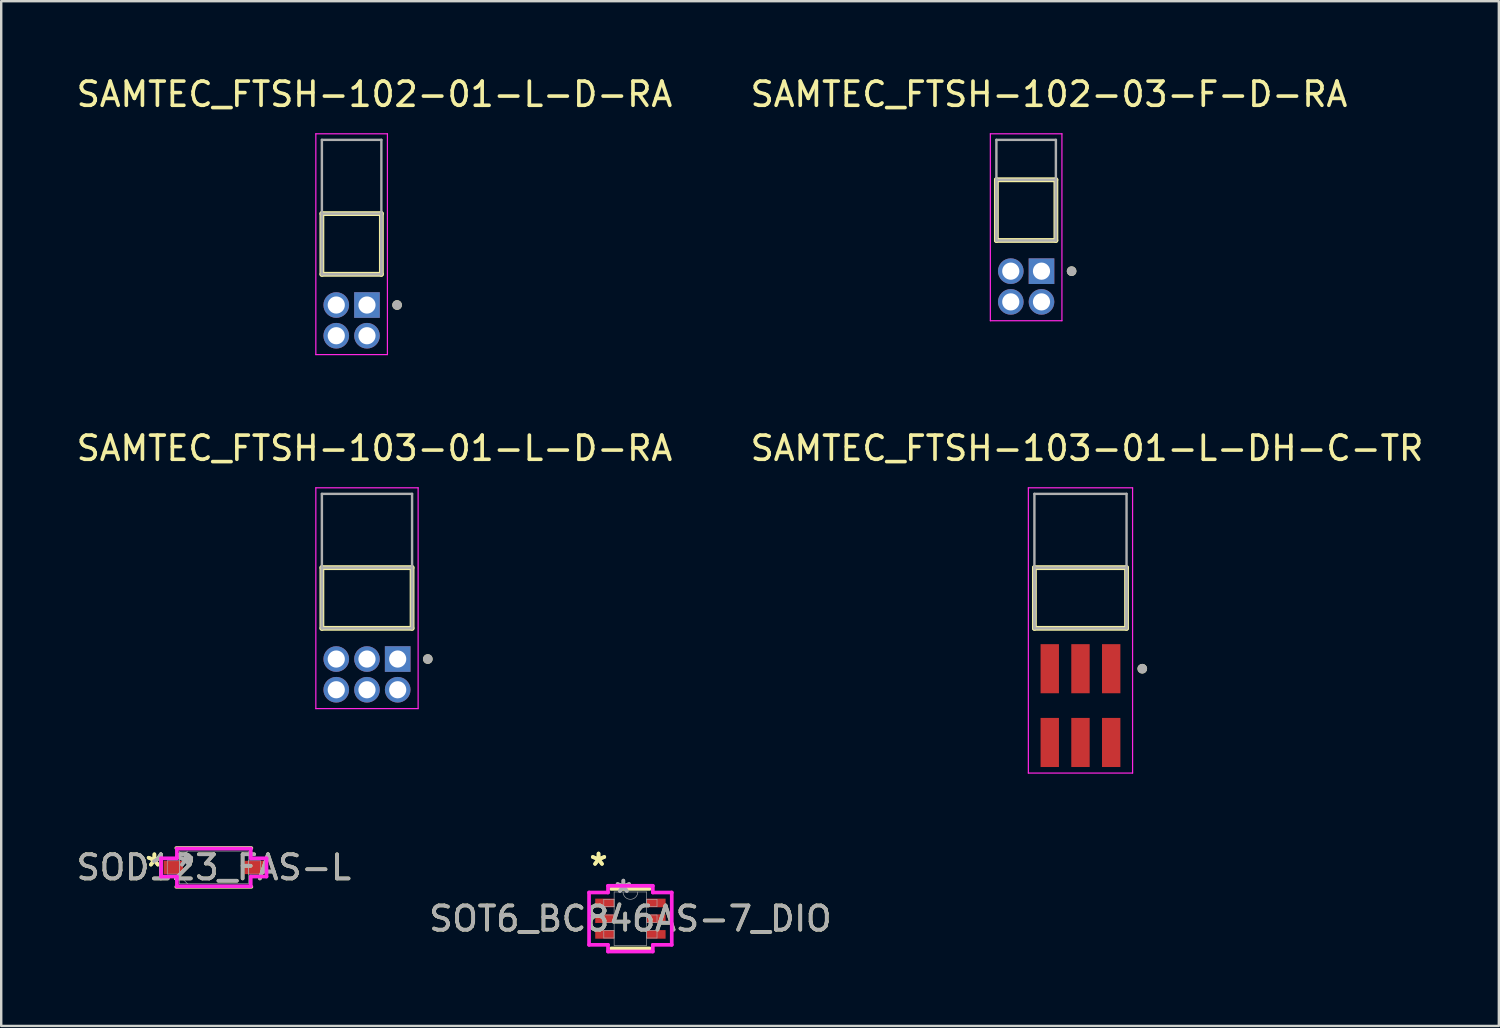
<source format=kicad_pcb>
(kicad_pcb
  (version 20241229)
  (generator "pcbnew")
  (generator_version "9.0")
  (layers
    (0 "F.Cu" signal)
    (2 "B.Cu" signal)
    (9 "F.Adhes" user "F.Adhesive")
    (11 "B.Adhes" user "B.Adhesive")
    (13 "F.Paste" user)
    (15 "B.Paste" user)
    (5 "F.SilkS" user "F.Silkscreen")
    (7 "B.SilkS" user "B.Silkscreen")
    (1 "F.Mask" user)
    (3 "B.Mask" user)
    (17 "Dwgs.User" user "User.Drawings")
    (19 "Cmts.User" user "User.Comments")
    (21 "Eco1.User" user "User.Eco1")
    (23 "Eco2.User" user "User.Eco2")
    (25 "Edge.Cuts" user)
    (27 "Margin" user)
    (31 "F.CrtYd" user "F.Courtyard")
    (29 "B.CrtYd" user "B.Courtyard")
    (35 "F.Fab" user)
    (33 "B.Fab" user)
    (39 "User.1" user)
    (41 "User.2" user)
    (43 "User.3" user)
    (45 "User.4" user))
  (footprint "SAMTEC_FTSH-103-01-L-DH-C-TR"
    (layer "F.Cu")
    (at 41.629 20.422)
    (property "Reference" "SAMTEC_FTSH-103-01-L-DH-C-TR" (at 0.27 -4.935 0) (layer "F.SilkS") (effects (font (size 1 1) (thickness 0.15))))
    (attr smd)
    (fp_line (start -1.905 2.51) (end -1.905 0) (stroke (width 0.2) (type solid)) (layer "F.SilkS"))
    (fp_line (start 1.905 0) (end -1.905 0) (stroke (width 0.2) (type solid)) (layer "F.SilkS"))
    (fp_line (start 1.905 0) (end 1.905 2.51) (stroke (width 0.2) (type solid)) (layer "F.SilkS"))
    (fp_line (start 1.905 2.51) (end -1.905 2.51) (stroke (width 0.2) (type solid)) (layer "F.SilkS"))
    (fp_circle (center 2.555 4.18) (end 2.655 4.18) (stroke (width 0.2) (type solid)) (fill no) (layer "F.SilkS"))
    (fp_line (start -2.155 -3.3) (end 2.155 -3.3) (stroke (width 0.05) (type solid)) (layer "F.CrtYd"))
    (fp_line (start -2.155 8.495) (end -2.155 -3.3) (stroke (width 0.05) (type solid)) (layer "F.CrtYd"))
    (fp_line (start 2.155 -3.3) (end 2.155 8.495) (stroke (width 0.05) (type solid)) (layer "F.CrtYd"))
    (fp_line (start 2.155 8.495) (end -2.155 8.495) (stroke (width 0.05) (type solid)) (layer "F.CrtYd"))
    (fp_line (start -1.905 -3.05) (end 1.905 -3.05) (stroke (width 0.1) (type solid)) (layer "F.Fab"))
    (fp_line (start -1.905 0) (end 1.905 0) (stroke (width 0.1) (type solid)) (layer "F.Fab"))
    (fp_line (start -1.905 2.51) (end -1.905 -3.05) (stroke (width 0.1) (type solid)) (layer "F.Fab"))
    (fp_line (start -1.905 2.51) (end -1.905 0) (stroke (width 0.1) (type solid)) (layer "F.Fab"))
    (fp_line (start 1.905 -3.05) (end 1.905 2.51) (stroke (width 0.1) (type solid)) (layer "F.Fab"))
    (fp_line (start 1.905 0) (end 1.905 2.51) (stroke (width 0.1) (type solid)) (layer "F.Fab"))
    (fp_line (start 1.905 2.51) (end -1.905 2.51) (stroke (width 0.1) (type solid)) (layer "F.Fab"))
    (fp_circle (center 2.555 4.18) (end 2.655 4.18) (stroke (width 0.2) (type solid)) (fill no) (layer "F.Fab"))
    (pad "01" smd rect (at 1.27 4.18) (size 0.76 2.03) (layers "F.Cu" "F.Mask" "F.Paste"))
    (pad "02" smd rect (at 1.27 7.23) (size 0.76 2.03) (layers "F.Cu" "F.Mask" "F.Paste"))
    (pad "03" smd rect (at 0 4.18) (size 0.76 2.03) (layers "F.Cu" "F.Mask" "F.Paste"))
    (pad "04" smd rect (at 0 7.23) (size 0.76 2.03) (layers "F.Cu" "F.Mask" "F.Paste"))
    (pad "05" smd rect (at -1.27 4.18) (size 0.76 2.03) (layers "F.Cu" "F.Mask" "F.Paste"))
    (pad "06" smd rect (at -1.27 7.23) (size 0.76 2.03) (layers "F.Cu" "F.Mask" "F.Paste")))
  (footprint "SAMTEC_FTSH-102-03-F-D-RA"
    (layer "F.Cu")
    (at 40.017 8.163)
    (property "Reference" "SAMTEC_FTSH-102-03-F-D-RA" (at 0.31 -7.315 0) (layer "F.SilkS") (effects (font (size 1 1) (thickness 0.15))))
    (attr through_hole)
    (fp_line (start -1.865 -1.27) (end -1.865 -3.78) (stroke (width 0.2) (type solid)) (layer "F.SilkS"))
    (fp_line (start 0.595 -3.78) (end -1.865 -3.78) (stroke (width 0.2) (type solid)) (layer "F.SilkS"))
    (fp_line (start 0.595 -3.78) (end 0.595 -1.27) (stroke (width 0.2) (type solid)) (layer "F.SilkS"))
    (fp_line (start 0.595 -1.27) (end -1.865 -1.27) (stroke (width 0.2) (type solid)) (layer "F.SilkS"))
    (fp_circle (center 1.245 0) (end 1.345 0) (stroke (width 0.2) (type solid)) (fill no) (layer "F.SilkS"))
    (fp_line (start -2.115 -5.68) (end 0.845 -5.68) (stroke (width 0.05) (type solid)) (layer "F.CrtYd"))
    (fp_line (start -2.115 2.05) (end -2.115 -5.68) (stroke (width 0.05) (type solid)) (layer "F.CrtYd"))
    (fp_line (start 0.845 -5.68) (end 0.845 2.05) (stroke (width 0.05) (type solid)) (layer "F.CrtYd"))
    (fp_line (start 0.845 2.05) (end -2.115 2.05) (stroke (width 0.05) (type solid)) (layer "F.CrtYd"))
    (fp_line (start -1.865 -5.43) (end 0.595 -5.43) (stroke (width 0.1) (type solid)) (layer "F.Fab"))
    (fp_line (start -1.865 -3.78) (end 0.595 -3.78) (stroke (width 0.1) (type solid)) (layer "F.Fab"))
    (fp_line (start -1.865 -1.27) (end -1.865 -5.43) (stroke (width 0.1) (type solid)) (layer "F.Fab"))
    (fp_line (start -1.865 -1.27) (end -1.865 -3.78) (stroke (width 0.1) (type solid)) (layer "F.Fab"))
    (fp_line (start 0.595 -5.43) (end 0.595 -1.27) (stroke (width 0.1) (type solid)) (layer "F.Fab"))
    (fp_line (start 0.595 -3.78) (end 0.595 -1.27) (stroke (width 0.1) (type solid)) (layer "F.Fab"))
    (fp_line (start 0.595 -1.27) (end -1.865 -1.27) (stroke (width 0.1) (type solid)) (layer "F.Fab"))
    (fp_circle (center 1.245 0) (end 1.345 0) (stroke (width 0.2) (type solid)) (fill no) (layer "F.Fab"))
    (pad "01" thru_hole rect (at 0 0) (size 1.06 1.06) (drill 0.71) (layers "*.Cu" "*.Mask"))
    (pad "02" thru_hole circle (at 0 1.27) (size 1.06 1.06) (drill 0.71) (layers "*.Cu" "*.Mask"))
    (pad "03" thru_hole circle (at -1.27 0) (size 1.06 1.06) (drill 0.71) (layers "*.Cu" "*.Mask"))
    (pad "04" thru_hole circle (at -1.27 1.27) (size 1.06 1.06) (drill 0.71) (layers "*.Cu" "*.Mask")))
  (footprint "SAMTEC_FTSH-103-01-L-D-RA"
    (layer "F.Cu")
    (at 12.125 20.422)
    (property "Reference" "SAMTEC_FTSH-103-01-L-D-RA" (at 0.31 -4.935 0) (layer "F.SilkS") (effects (font (size 1 1) (thickness 0.15))))
    (attr through_hole)
    (fp_line (start -1.865 2.51) (end -1.865 0) (stroke (width 0.2) (type solid)) (layer "F.SilkS"))
    (fp_line (start 1.865 0) (end -1.865 0) (stroke (width 0.2) (type solid)) (layer "F.SilkS"))
    (fp_line (start 1.865 0) (end 1.865 2.51) (stroke (width 0.2) (type solid)) (layer "F.SilkS"))
    (fp_line (start 1.865 2.51) (end -1.865 2.51) (stroke (width 0.2) (type solid)) (layer "F.SilkS"))
    (fp_circle (center 2.515 3.78) (end 2.615 3.78) (stroke (width 0.2) (type solid)) (fill no) (layer "F.SilkS"))
    (fp_line (start -2.115 -3.3) (end 2.115 -3.3) (stroke (width 0.05) (type solid)) (layer "F.CrtYd"))
    (fp_line (start -2.115 5.83) (end -2.115 -3.3) (stroke (width 0.05) (type solid)) (layer "F.CrtYd"))
    (fp_line (start 2.115 -3.3) (end 2.115 5.83) (stroke (width 0.05) (type solid)) (layer "F.CrtYd"))
    (fp_line (start 2.115 5.83) (end -2.115 5.83) (stroke (width 0.05) (type solid)) (layer "F.CrtYd"))
    (fp_line (start -1.865 -3.05) (end 1.865 -3.05) (stroke (width 0.1) (type solid)) (layer "F.Fab"))
    (fp_line (start -1.865 0) (end 1.865 0) (stroke (width 0.1) (type solid)) (layer "F.Fab"))
    (fp_line (start -1.865 2.51) (end -1.865 -3.05) (stroke (width 0.1) (type solid)) (layer "F.Fab"))
    (fp_line (start -1.865 2.51) (end -1.865 0) (stroke (width 0.1) (type solid)) (layer "F.Fab"))
    (fp_line (start 1.865 -3.05) (end 1.865 2.51) (stroke (width 0.1) (type solid)) (layer "F.Fab"))
    (fp_line (start 1.865 0) (end 1.865 2.51) (stroke (width 0.1) (type solid)) (layer "F.Fab"))
    (fp_line (start 1.865 2.51) (end -1.865 2.51) (stroke (width 0.1) (type solid)) (layer "F.Fab"))
    (fp_circle (center 2.515 3.78) (end 2.615 3.78) (stroke (width 0.2) (type solid)) (fill no) (layer "F.Fab"))
    (pad "01" thru_hole rect (at 1.27 3.78) (size 1.06 1.06) (drill 0.71) (layers "*.Cu" "*.Mask"))
    (pad "02" thru_hole circle (at 1.27 5.05) (size 1.06 1.06) (drill 0.71) (layers "*.Cu" "*.Mask"))
    (pad "03" thru_hole circle (at 0 3.78) (size 1.06 1.06) (drill 0.71) (layers "*.Cu" "*.Mask"))
    (pad "04" thru_hole circle (at 0 5.05) (size 1.06 1.06) (drill 0.71) (layers "*.Cu" "*.Mask"))
    (pad "05" thru_hole circle (at -1.27 3.78) (size 1.06 1.06) (drill 0.71) (layers "*.Cu" "*.Mask"))
    (pad "06" thru_hole circle (at -1.27 5.05) (size 1.06 1.06) (drill 0.71) (layers "*.Cu" "*.Mask")))
  (footprint "SOD123_FAS-L"
    (layer "F.Cu")
    (at 5.792 32.82)
    (property "Reference" "SOD123_FAS-L" (at 0 0 0) (unlocked yes) (layer "F.SilkS") (effects (font (size 1 1) (thickness 0.15))))
    (attr smd)
    (fp_line (start -1.552 0.802) (end 1.552 0.802) (stroke (width 0.152) (type solid)) (layer "F.SilkS"))
    (fp_line (start 1.552 -0.802) (end -1.552 -0.802) (stroke (width 0.152) (type solid)) (layer "F.SilkS"))
    (fp_line (start -2.179 -0.377) (end -1.527 -0.377) (stroke (width 0.152) (type solid)) (layer "F.CrtYd"))
    (fp_line (start -2.179 0.377) (end -2.179 -0.377) (stroke (width 0.152) (type solid)) (layer "F.CrtYd"))
    (fp_line (start -1.527 -0.777) (end 1.527 -0.777) (stroke (width 0.152) (type solid)) (layer "F.CrtYd"))
    (fp_line (start -1.527 -0.377) (end -1.527 -0.777) (stroke (width 0.152) (type solid)) (layer "F.CrtYd"))
    (fp_line (start -1.527 0.377) (end -2.179 0.377) (stroke (width 0.152) (type solid)) (layer "F.CrtYd"))
    (fp_line (start -1.527 0.777) (end -1.527 0.377) (stroke (width 0.152) (type solid)) (layer "F.CrtYd"))
    (fp_line (start 1.527 -0.777) (end 1.527 -0.377) (stroke (width 0.152) (type solid)) (layer "F.CrtYd"))
    (fp_line (start 1.527 -0.377) (end 2.179 -0.377) (stroke (width 0.152) (type solid)) (layer "F.CrtYd"))
    (fp_line (start 1.527 0.377) (end 1.527 0.777) (stroke (width 0.152) (type solid)) (layer "F.CrtYd"))
    (fp_line (start 1.527 0.777) (end -1.527 0.777) (stroke (width 0.152) (type solid)) (layer "F.CrtYd"))
    (fp_line (start 2.179 -0.377) (end 2.179 0.377) (stroke (width 0.152) (type solid)) (layer "F.CrtYd"))
    (fp_line (start 2.179 0.377) (end 1.527 0.377) (stroke (width 0.152) (type solid)) (layer "F.CrtYd"))
    (fp_line (start -1.925 -0.275) (end -1.925 0.275) (stroke (width 0.025) (type solid)) (layer "F.Fab"))
    (fp_line (start -1.925 0.275) (end -1.425 0.275) (stroke (width 0.025) (type solid)) (layer "F.Fab"))
    (fp_line (start -1.425 -0.675) (end -1.425 0.675) (stroke (width 0.025) (type solid)) (layer "F.Fab"))
    (fp_line (start -1.425 -0.338) (end -1.087 -0.675) (stroke (width 0.025) (type solid)) (layer "F.Fab"))
    (fp_line (start -1.425 -0.275) (end -1.925 -0.275) (stroke (width 0.025) (type solid)) (layer "F.Fab"))
    (fp_line (start -1.425 0.275) (end -1.425 -0.275) (stroke (width 0.025) (type solid)) (layer "F.Fab"))
    (fp_line (start -1.425 0.338) (end -1.087 0.675) (stroke (width 0.025) (type solid)) (layer "F.Fab"))
    (fp_line (start -1.425 0.675) (end 1.425 0.675) (stroke (width 0.025) (type solid)) (layer "F.Fab"))
    (fp_line (start 1.425 -0.675) (end -1.425 -0.675) (stroke (width 0.025) (type solid)) (layer "F.Fab"))
    (fp_line (start 1.425 -0.275) (end 1.425 0.275) (stroke (width 0.025) (type solid)) (layer "F.Fab"))
    (fp_line (start 1.425 0.275) (end 1.925 0.275) (stroke (width 0.025) (type solid)) (layer "F.Fab"))
    (fp_line (start 1.425 0.675) (end 1.425 -0.675) (stroke (width 0.025) (type solid)) (layer "F.Fab"))
    (fp_line (start 1.925 -0.275) (end 1.425 -0.275) (stroke (width 0.025) (type solid)) (layer "F.Fab"))
    (fp_line (start 1.925 0.275) (end 1.925 -0.275) (stroke (width 0.025) (type solid)) (layer "F.Fab"))
    (fp_text user "*" (at -2.458 0 0) (unlocked yes) (layer "F.SilkS") (effects (font (size 1 1) (thickness 0.15))))
    (fp_text user "*" (at -2.458 0 0) (layer "F.SilkS") (effects (font (size 1 1) (thickness 0.15))))
    (fp_text user "${REFERENCE}" (at 0 0 0) (unlocked yes) (layer "F.Fab") (effects (font (size 1 1) (thickness 0.15))))
    (fp_text user "*" (at -1.171 0 0) (layer "F.Fab") (effects (font (size 1 1) (thickness 0.15))))
    (fp_text user "*" (at -1.171 0 0) (unlocked yes) (layer "F.Fab") (effects (font (size 1 1) (thickness 0.15))))
    (pad "1" smd rect (at -1.674 0) (size 0.806 0.55) (layers "F.Cu" "F.Mask" "F.Paste"))
    (pad "2" smd rect (at 1.674 0) (size 0.806 0.55) (layers "F.Cu" "F.Mask" "F.Paste")))
  (footprint "SAMTEC_FTSH-102-01-L-D-RA"
    (layer "F.Cu")
    (at 12.125 9.563)
    (property "Reference" "SAMTEC_FTSH-102-01-L-D-RA" (at 0.31 -8.715 0) (layer "F.SilkS") (effects (font (size 1 1) (thickness 0.15))))
    (attr through_hole)
    (fp_line (start -1.865 -1.27) (end -1.865 -3.78) (stroke (width 0.2) (type solid)) (layer "F.SilkS"))
    (fp_line (start 0.595 -3.78) (end -1.865 -3.78) (stroke (width 0.2) (type solid)) (layer "F.SilkS"))
    (fp_line (start 0.595 -3.78) (end 0.595 -1.27) (stroke (width 0.2) (type solid)) (layer "F.SilkS"))
    (fp_line (start 0.595 -1.27) (end -1.865 -1.27) (stroke (width 0.2) (type solid)) (layer "F.SilkS"))
    (fp_circle (center 1.245 0) (end 1.345 0) (stroke (width 0.2) (type solid)) (fill no) (layer "F.SilkS"))
    (fp_line (start -2.115 -7.08) (end 0.845 -7.08) (stroke (width 0.05) (type solid)) (layer "F.CrtYd"))
    (fp_line (start -2.115 2.05) (end -2.115 -7.08) (stroke (width 0.05) (type solid)) (layer "F.CrtYd"))
    (fp_line (start 0.845 -7.08) (end 0.845 2.05) (stroke (width 0.05) (type solid)) (layer "F.CrtYd"))
    (fp_line (start 0.845 2.05) (end -2.115 2.05) (stroke (width 0.05) (type solid)) (layer "F.CrtYd"))
    (fp_line (start -1.865 -6.83) (end 0.595 -6.83) (stroke (width 0.1) (type solid)) (layer "F.Fab"))
    (fp_line (start -1.865 -3.78) (end 0.595 -3.78) (stroke (width 0.1) (type solid)) (layer "F.Fab"))
    (fp_line (start -1.865 -1.27) (end -1.865 -6.83) (stroke (width 0.1) (type solid)) (layer "F.Fab"))
    (fp_line (start -1.865 -1.27) (end -1.865 -3.78) (stroke (width 0.1) (type solid)) (layer "F.Fab"))
    (fp_line (start 0.595 -6.83) (end 0.595 -1.27) (stroke (width 0.1) (type solid)) (layer "F.Fab"))
    (fp_line (start 0.595 -3.78) (end 0.595 -1.27) (stroke (width 0.1) (type solid)) (layer "F.Fab"))
    (fp_line (start 0.595 -1.27) (end -1.865 -1.27) (stroke (width 0.1) (type solid)) (layer "F.Fab"))
    (fp_circle (center 1.245 0) (end 1.345 0) (stroke (width 0.2) (type solid)) (fill no) (layer "F.Fab"))
    (pad "01" thru_hole rect (at 0 0) (size 1.06 1.06) (drill 0.71) (layers "*.Cu" "*.Mask"))
    (pad "02" thru_hole circle (at 0 1.27) (size 1.06 1.06) (drill 0.71) (layers "*.Cu" "*.Mask"))
    (pad "03" thru_hole circle (at -1.27 0) (size 1.06 1.06) (drill 0.71) (layers "*.Cu" "*.Mask"))
    (pad "04" thru_hole circle (at -1.27 1.27) (size 1.06 1.06) (drill 0.71) (layers "*.Cu" "*.Mask")))
  (footprint "SOT6_BC846AS-7_DIO"
    (layer "F.Cu")
    (at 23.018 34.938)
    (property "Reference" "SOT6_BC846AS-7_DIO" (at 0 0 0) (unlocked yes) (layer "F.SilkS") (effects (font (size 1 1) (thickness 0.15))))
    (attr smd)
    (fp_line (start -0.8 1.232) (end 0.8 1.232) (stroke (width 0.152) (type solid)) (layer "F.SilkS"))
    (fp_line (start 0.8 -1.232) (end -0.8 -1.232) (stroke (width 0.152) (type solid)) (layer "F.SilkS"))
    (fp_line (start -1.71 -1.082) (end -0.927 -1.082) (stroke (width 0.152) (type solid)) (layer "F.CrtYd"))
    (fp_line (start -1.71 1.082) (end -1.71 -1.082) (stroke (width 0.152) (type solid)) (layer "F.CrtYd"))
    (fp_line (start -1.71 1.082) (end -0.927 1.082) (stroke (width 0.152) (type solid)) (layer "F.CrtYd"))
    (fp_line (start -0.927 -1.359) (end 0.927 -1.359) (stroke (width 0.152) (type solid)) (layer "F.CrtYd"))
    (fp_line (start -0.927 -1.082) (end -0.927 -1.359) (stroke (width 0.152) (type solid)) (layer "F.CrtYd"))
    (fp_line (start -0.927 1.359) (end -0.927 1.082) (stroke (width 0.152) (type solid)) (layer "F.CrtYd"))
    (fp_line (start 0.927 -1.359) (end 0.927 -1.082) (stroke (width 0.152) (type solid)) (layer "F.CrtYd"))
    (fp_line (start 0.927 1.082) (end 0.927 1.359) (stroke (width 0.152) (type solid)) (layer "F.CrtYd"))
    (fp_line (start 0.927 1.359) (end -0.927 1.359) (stroke (width 0.152) (type solid)) (layer "F.CrtYd"))
    (fp_line (start 1.71 -1.082) (end 0.927 -1.082) (stroke (width 0.152) (type solid)) (layer "F.CrtYd"))
    (fp_line (start 1.71 -1.082) (end 1.71 1.082) (stroke (width 0.152) (type solid)) (layer "F.CrtYd"))
    (fp_line (start 1.71 1.082) (end 0.927 1.082) (stroke (width 0.152) (type solid)) (layer "F.CrtYd"))
    (fp_line (start -1.1 -0.802) (end -1.1 -0.498) (stroke (width 0.025) (type solid)) (layer "F.Fab"))
    (fp_line (start -1.1 -0.498) (end -0.673 -0.498) (stroke (width 0.025) (type solid)) (layer "F.Fab"))
    (fp_line (start -1.1 -0.152) (end -1.1 0.152) (stroke (width 0.025) (type solid)) (layer "F.Fab"))
    (fp_line (start -1.1 0.152) (end -0.673 0.152) (stroke (width 0.025) (type solid)) (layer "F.Fab"))
    (fp_line (start -1.1 0.498) (end -1.1 0.802) (stroke (width 0.025) (type solid)) (layer "F.Fab"))
    (fp_line (start -1.1 0.802) (end -0.673 0.802) (stroke (width 0.025) (type solid)) (layer "F.Fab"))
    (fp_line (start -0.673 -1.105) (end -0.673 1.105) (stroke (width 0.025) (type solid)) (layer "F.Fab"))
    (fp_line (start -0.673 -0.802) (end -1.1 -0.802) (stroke (width 0.025) (type solid)) (layer "F.Fab"))
    (fp_line (start -0.673 -0.498) (end -0.673 -0.802) (stroke (width 0.025) (type solid)) (layer "F.Fab"))
    (fp_line (start -0.673 -0.152) (end -1.1 -0.152) (stroke (width 0.025) (type solid)) (layer "F.Fab"))
    (fp_line (start -0.673 0.152) (end -0.673 -0.152) (stroke (width 0.025) (type solid)) (layer "F.Fab"))
    (fp_line (start -0.673 0.498) (end -1.1 0.498) (stroke (width 0.025) (type solid)) (layer "F.Fab"))
    (fp_line (start -0.673 0.802) (end -0.673 0.498) (stroke (width 0.025) (type solid)) (layer "F.Fab"))
    (fp_line (start -0.673 1.105) (end 0.673 1.105) (stroke (width 0.025) (type solid)) (layer "F.Fab"))
    (fp_line (start 0.673 -1.105) (end -0.673 -1.105) (stroke (width 0.025) (type solid)) (layer "F.Fab"))
    (fp_line (start 0.673 -0.802) (end 0.673 -0.498) (stroke (width 0.025) (type solid)) (layer "F.Fab"))
    (fp_line (start 0.673 -0.498) (end 1.1 -0.498) (stroke (width 0.025) (type solid)) (layer "F.Fab"))
    (fp_line (start 0.673 -0.152) (end 0.673 0.152) (stroke (width 0.025) (type solid)) (layer "F.Fab"))
    (fp_line (start 0.673 0.152) (end 1.1 0.152) (stroke (width 0.025) (type solid)) (layer "F.Fab"))
    (fp_line (start 0.673 0.498) (end 0.673 0.802) (stroke (width 0.025) (type solid)) (layer "F.Fab"))
    (fp_line (start 0.673 0.802) (end 1.1 0.802) (stroke (width 0.025) (type solid)) (layer "F.Fab"))
    (fp_line (start 0.673 1.105) (end 0.673 -1.105) (stroke (width 0.025) (type solid)) (layer "F.Fab"))
    (fp_line (start 1.1 -0.802) (end 0.673 -0.802) (stroke (width 0.025) (type solid)) (layer "F.Fab"))
    (fp_line (start 1.1 -0.498) (end 1.1 -0.802) (stroke (width 0.025) (type solid)) (layer "F.Fab"))
    (fp_line (start 1.1 -0.152) (end 0.673 -0.152) (stroke (width 0.025) (type solid)) (layer "F.Fab"))
    (fp_line (start 1.1 0.152) (end 1.1 -0.152) (stroke (width 0.025) (type solid)) (layer "F.Fab"))
    (fp_line (start 1.1 0.498) (end 0.673 0.498) (stroke (width 0.025) (type solid)) (layer "F.Fab"))
    (fp_line (start 1.1 0.802) (end 1.1 0.498) (stroke (width 0.025) (type solid)) (layer "F.Fab"))
    (fp_arc (start 0.3048 -1.1049) (mid 0 -0.8001) (end -0.3048 -1.1049) (stroke (width 0.0254) (type solid)) (layer "F.Fab"))
    (fp_text user "*" (at -1.318 -2.149 0) (layer "F.SilkS") (effects (font (size 1 1) (thickness 0.15))))
    (fp_text user "*" (at -1.318 -2.149 0) (unlocked yes) (layer "F.SilkS") (effects (font (size 1 1) (thickness 0.15))))
    (fp_text user "${REFERENCE}" (at 0 0 0) (unlocked yes) (layer "F.Fab") (effects (font (size 1 1) (thickness 0.15))))
    (fp_text user "*" (at -0.292 -1.029 0) (layer "F.Fab") (effects (font (size 1 1) (thickness 0.15))))
    (fp_text user "*" (at -0.292 -1.029 0) (unlocked yes) (layer "F.Fab") (effects (font (size 1 1) (thickness 0.15))))
    (pad "1" smd rect (at -1.064 -0.65) (size 0.782 0.356) (layers "F.Cu" "F.Mask" "F.Paste"))
    (pad "2" smd rect (at -1.064 0) (size 0.782 0.356) (layers "F.Cu" "F.Mask" "F.Paste"))
    (pad "3" smd rect (at -1.064 0.65) (size 0.782 0.356) (layers "F.Cu" "F.Mask" "F.Paste"))
    (pad "4" smd rect (at 1.064 0.65) (size 0.782 0.356) (layers "F.Cu" "F.Mask" "F.Paste"))
    (pad "5" smd rect (at 1.064 0) (size 0.782 0.356) (layers "F.Cu" "F.Mask" "F.Paste"))
    (pad "6" smd rect (at 1.064 -0.65) (size 0.782 0.356) (layers "F.Cu" "F.Mask" "F.Paste")))
  (gr_rect
    (start -3 -3)
    (end 58.929 39.373)
    (stroke (width 0.1) (type default))
    (fill no)
    (layer "Edge.Cuts")))
</source>
